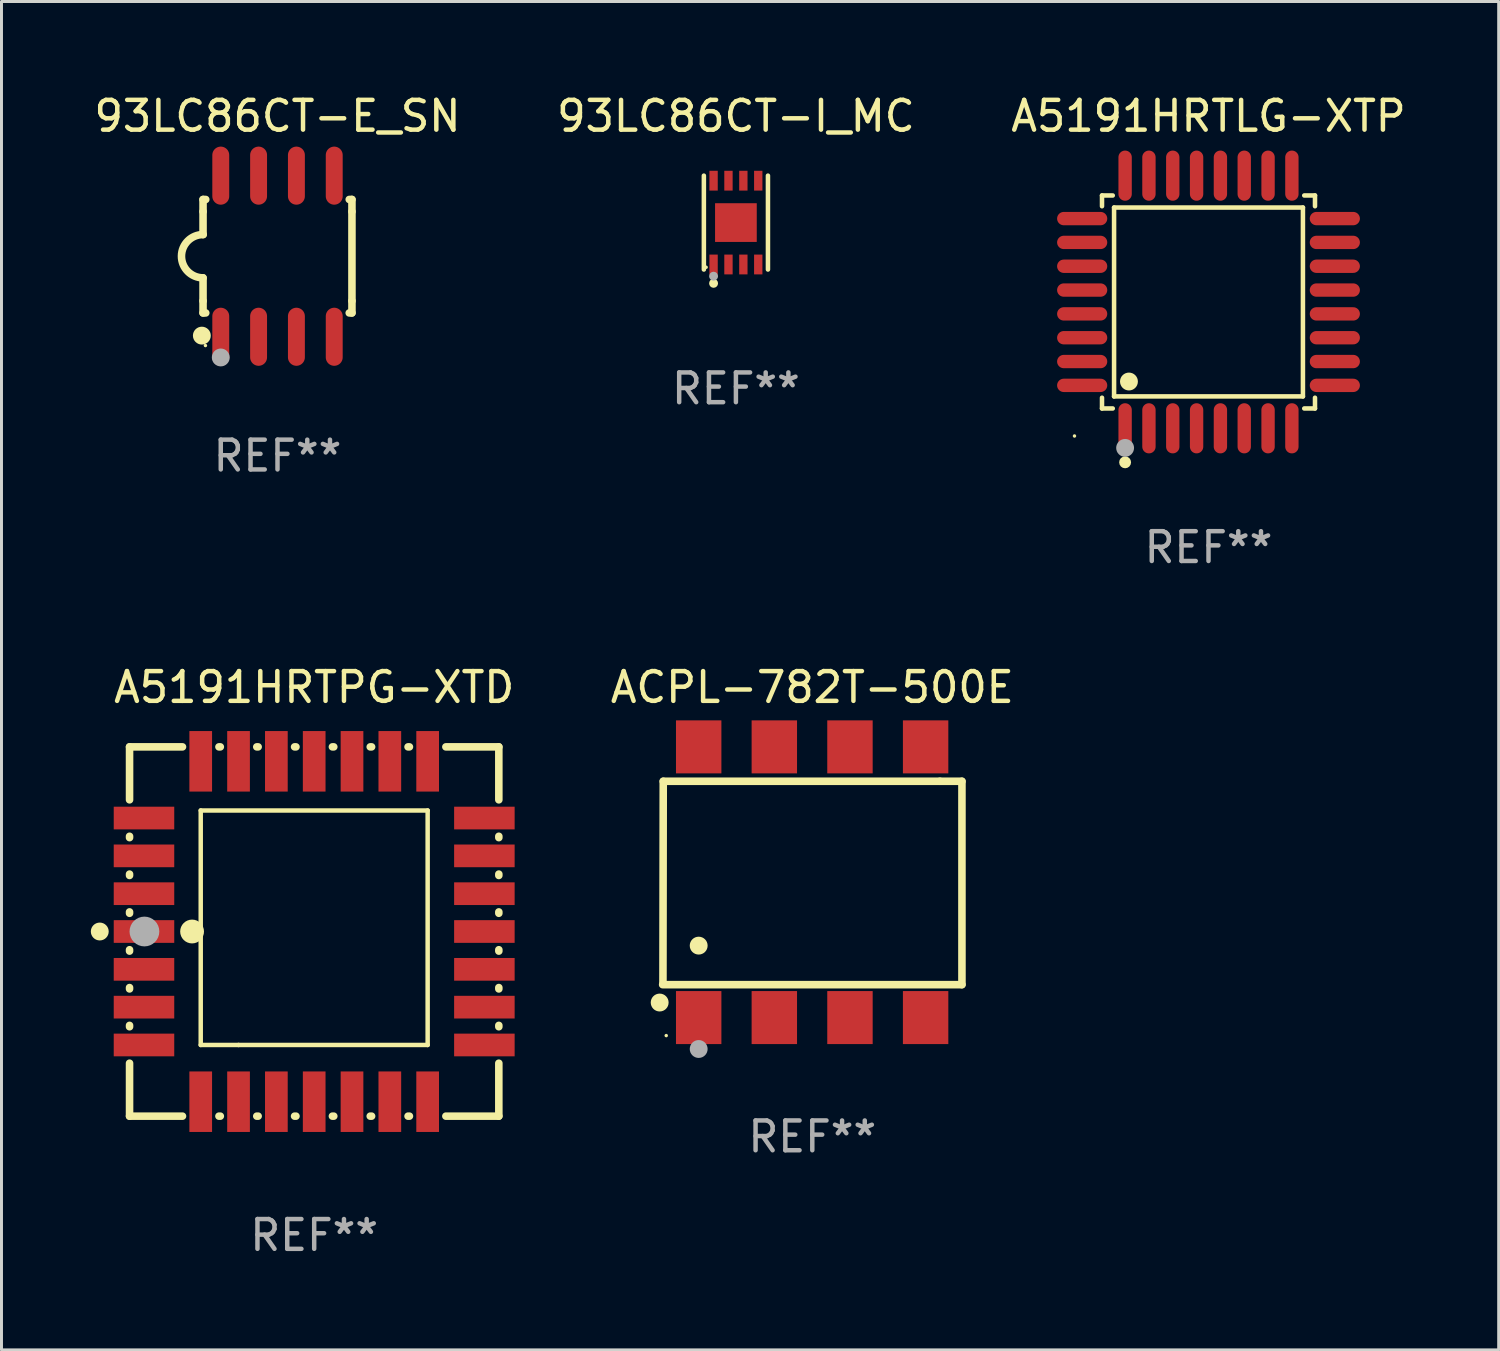
<source format=kicad_pcb>
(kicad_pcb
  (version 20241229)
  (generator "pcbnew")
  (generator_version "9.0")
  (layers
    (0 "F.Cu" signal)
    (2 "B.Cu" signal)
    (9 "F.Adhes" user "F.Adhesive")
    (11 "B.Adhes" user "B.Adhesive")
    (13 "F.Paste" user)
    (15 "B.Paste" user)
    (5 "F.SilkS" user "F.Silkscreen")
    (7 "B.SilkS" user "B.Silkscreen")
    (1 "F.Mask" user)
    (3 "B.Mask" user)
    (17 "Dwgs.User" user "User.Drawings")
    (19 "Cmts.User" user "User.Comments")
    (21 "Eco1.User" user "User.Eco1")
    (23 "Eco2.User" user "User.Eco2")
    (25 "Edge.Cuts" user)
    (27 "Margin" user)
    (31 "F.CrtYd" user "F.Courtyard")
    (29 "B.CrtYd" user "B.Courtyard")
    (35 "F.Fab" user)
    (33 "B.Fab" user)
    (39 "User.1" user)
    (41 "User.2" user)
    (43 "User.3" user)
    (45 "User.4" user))
  (footprint "93LC86CT-E_SN"
    (layer "F.Cu")
    (at 6.268 5.553)
    (property "Reference" "93LC86CT-E_SN" (at 0 -4.705 0) (layer "F.SilkS") (effects (font (size 1 1) (thickness 0.15))))
    (attr through_hole)
    (fp_line (start -2.5 -1.905) (end -2.409 -1.905) (stroke (width 0.254) (type solid)) (layer "F.SilkS"))
    (fp_line (start -2.5 -1.5) (end -2.5 -1.905) (stroke (width 0.254) (type solid)) (layer "F.SilkS"))
    (fp_line (start -2.5 -1.5) (end -2.5 -0.726) (stroke (width 0.254) (type solid)) (layer "F.SilkS"))
    (fp_line (start -2.5 1.5) (end -2.5 0.727) (stroke (width 0.254) (type solid)) (layer "F.SilkS"))
    (fp_line (start -2.5 1.5) (end -2.5 1.905) (stroke (width 0.254) (type solid)) (layer "F.SilkS"))
    (fp_line (start -2.5 1.905) (end -2.409 1.905) (stroke (width 0.254) (type solid)) (layer "F.SilkS"))
    (fp_line (start 2.5 -1.905) (end 2.409 -1.905) (stroke (width 0.254) (type solid)) (layer "F.SilkS"))
    (fp_line (start 2.5 -1.5) (end 2.5 -1.905) (stroke (width 0.254) (type solid)) (layer "F.SilkS"))
    (fp_line (start 2.5 -1.5) (end 2.5 1.5) (stroke (width 0.254) (type solid)) (layer "F.SilkS"))
    (fp_line (start 2.5 1.5) (end 2.5 1.905) (stroke (width 0.254) (type solid)) (layer "F.SilkS"))
    (fp_line (start 2.5 1.905) (end 2.409 1.905) (stroke (width 0.254) (type solid)) (layer "F.SilkS"))
    (fp_arc (start -2.5 0.726568) (mid -3.220316 -0.0023) (end -2.495097 -0.726289) (stroke (width 0.254001) (type solid)) (layer "F.SilkS"))
    (fp_circle (center -2.54 2.667) (end -2.39 2.667) (stroke (width 0.3) (type solid)) (fill no) (layer "F.SilkS"))
    (fp_circle (center -2.42 3) (end -2.39 3) (stroke (width 0.06) (type solid)) (fill no) (layer "F.SilkS"))
    (fp_circle (center -1.905 3.4) (end -1.755 3.4) (stroke (width 0.3) (type solid)) (fill no) (layer "F.Fab"))
    (fp_text user "REF**" (at 0 6.705 0) (layer "F.Fab") (effects (font (size 1 1) (thickness 0.15))))
    (pad "1" smd oval (at -1.905 2.705) (size 0.568 1.95) (layers "F.Cu" "F.Mask" "F.Paste"))
    (pad "2" smd oval (at -0.635 2.705) (size 0.568 1.95) (layers "F.Cu" "F.Mask" "F.Paste"))
    (pad "3" smd oval (at 0.635 2.705) (size 0.568 1.95) (layers "F.Cu" "F.Mask" "F.Paste"))
    (pad "4" smd oval (at 1.905 2.705) (size 0.568 1.95) (layers "F.Cu" "F.Mask" "F.Paste"))
    (pad "5" smd oval (at 1.905 -2.705) (size 0.568 1.95) (layers "F.Cu" "F.Mask" "F.Paste"))
    (pad "6" smd oval (at 0.635 -2.705) (size 0.568 1.95) (layers "F.Cu" "F.Mask" "F.Paste"))
    (pad "7" smd oval (at -0.635 -2.705) (size 0.568 1.95) (layers "F.Cu" "F.Mask" "F.Paste"))
    (pad "8" smd oval (at -1.905 -2.705) (size 0.568 1.95) (layers "F.Cu" "F.Mask" "F.Paste")))
  (footprint "A5191HRTLG-XTP"
    (layer "F.Cu")
    (at 37.53 7.09)
    (property "Reference" "A5191HRTLG-XTP" (at 0 -6.242 0) (layer "F.SilkS") (effects (font (size 1 1) (thickness 0.15))))
    (attr through_hole)
    (fp_line (start -3.576 -3.576) (end -3.215 -3.576) (stroke (width 0.152) (type solid)) (layer "F.SilkS"))
    (fp_line (start -3.576 -3.215) (end -3.576 -3.576) (stroke (width 0.152) (type solid)) (layer "F.SilkS"))
    (fp_line (start -3.576 3.215) (end -3.576 3.576) (stroke (width 0.152) (type solid)) (layer "F.SilkS"))
    (fp_line (start -3.576 3.576) (end -3.215 3.576) (stroke (width 0.152) (type solid)) (layer "F.SilkS"))
    (fp_line (start -3.171 -3.171) (end 3.171 -3.171) (stroke (width 0.152) (type solid)) (layer "F.SilkS"))
    (fp_line (start -3.171 3.171) (end -3.171 -3.171) (stroke (width 0.152) (type solid)) (layer "F.SilkS"))
    (fp_line (start 3.171 -3.171) (end 3.171 3.171) (stroke (width 0.152) (type solid)) (layer "F.SilkS"))
    (fp_line (start 3.171 3.171) (end -3.171 3.171) (stroke (width 0.152) (type solid)) (layer "F.SilkS"))
    (fp_line (start 3.576 -3.576) (end 3.215 -3.576) (stroke (width 0.152) (type solid)) (layer "F.SilkS"))
    (fp_line (start 3.576 -3.215) (end 3.576 -3.576) (stroke (width 0.152) (type solid)) (layer "F.SilkS"))
    (fp_line (start 3.576 3.215) (end 3.576 3.576) (stroke (width 0.152) (type solid)) (layer "F.SilkS"))
    (fp_line (start 3.576 3.576) (end 3.215 3.576) (stroke (width 0.152) (type solid)) (layer "F.SilkS"))
    (fp_circle (center -4.5 4.5) (end -4.47 4.5) (stroke (width 0.06) (type solid)) (fill no) (layer "F.SilkS"))
    (fp_circle (center -2.8 5.384) (end -2.7 5.384) (stroke (width 0.2) (type solid)) (fill no) (layer "F.SilkS"))
    (fp_circle (center -2.671 2.671) (end -2.521 2.671) (stroke (width 0.3) (type solid)) (fill no) (layer "F.SilkS"))
    (fp_circle (center -2.8 4.9) (end -2.65 4.9) (stroke (width 0.3) (type solid)) (fill no) (layer "F.Fab"))
    (fp_text user "REF**" (at 0 8.242 0) (layer "F.Fab") (effects (font (size 1 1) (thickness 0.15))))
    (pad "1" smd oval (at -2.8 4.242) (size 0.448 1.684) (layers "F.Cu" "F.Mask" "F.Paste"))
    (pad "2" smd oval (at -2 4.242) (size 0.448 1.684) (layers "F.Cu" "F.Mask" "F.Paste"))
    (pad "3" smd oval (at -1.2 4.242) (size 0.448 1.684) (layers "F.Cu" "F.Mask" "F.Paste"))
    (pad "4" smd oval (at -0.4 4.242) (size 0.448 1.684) (layers "F.Cu" "F.Mask" "F.Paste"))
    (pad "5" smd oval (at 0.4 4.242) (size 0.448 1.684) (layers "F.Cu" "F.Mask" "F.Paste"))
    (pad "6" smd oval (at 1.2 4.242) (size 0.448 1.684) (layers "F.Cu" "F.Mask" "F.Paste"))
    (pad "7" smd oval (at 2 4.242) (size 0.448 1.684) (layers "F.Cu" "F.Mask" "F.Paste"))
    (pad "8" smd oval (at 2.8 4.242) (size 0.448 1.684) (layers "F.Cu" "F.Mask" "F.Paste"))
    (pad "9" smd oval (at 4.242 2.8) (size 1.684 0.448) (layers "F.Cu" "F.Mask" "F.Paste"))
    (pad "10" smd oval (at 4.242 2) (size 1.684 0.448) (layers "F.Cu" "F.Mask" "F.Paste"))
    (pad "11" smd oval (at 4.242 1.2) (size 1.684 0.448) (layers "F.Cu" "F.Mask" "F.Paste"))
    (pad "12" smd oval (at 4.242 0.4) (size 1.684 0.448) (layers "F.Cu" "F.Mask" "F.Paste"))
    (pad "13" smd oval (at 4.242 -0.4) (size 1.684 0.448) (layers "F.Cu" "F.Mask" "F.Paste"))
    (pad "14" smd oval (at 4.242 -1.2) (size 1.684 0.448) (layers "F.Cu" "F.Mask" "F.Paste"))
    (pad "15" smd oval (at 4.242 -2) (size 1.684 0.448) (layers "F.Cu" "F.Mask" "F.Paste"))
    (pad "16" smd oval (at 4.242 -2.8) (size 1.684 0.448) (layers "F.Cu" "F.Mask" "F.Paste"))
    (pad "17" smd oval (at 2.8 -4.242) (size 0.448 1.684) (layers "F.Cu" "F.Mask" "F.Paste"))
    (pad "18" smd oval (at 2 -4.242) (size 0.448 1.684) (layers "F.Cu" "F.Mask" "F.Paste"))
    (pad "19" smd oval (at 1.2 -4.242) (size 0.448 1.684) (layers "F.Cu" "F.Mask" "F.Paste"))
    (pad "20" smd oval (at 0.4 -4.242) (size 0.448 1.684) (layers "F.Cu" "F.Mask" "F.Paste"))
    (pad "21" smd oval (at -0.4 -4.242) (size 0.448 1.684) (layers "F.Cu" "F.Mask" "F.Paste"))
    (pad "22" smd oval (at -1.2 -4.242) (size 0.448 1.684) (layers "F.Cu" "F.Mask" "F.Paste"))
    (pad "23" smd oval (at -2 -4.242) (size 0.448 1.684) (layers "F.Cu" "F.Mask" "F.Paste"))
    (pad "24" smd oval (at -2.8 -4.242) (size 0.448 1.684) (layers "F.Cu" "F.Mask" "F.Paste"))
    (pad "25" smd oval (at -4.242 -2.8) (size 1.684 0.448) (layers "F.Cu" "F.Mask" "F.Paste"))
    (pad "26" smd oval (at -4.242 -2) (size 1.684 0.448) (layers "F.Cu" "F.Mask" "F.Paste"))
    (pad "27" smd oval (at -4.242 -1.2) (size 1.684 0.448) (layers "F.Cu" "F.Mask" "F.Paste"))
    (pad "28" smd oval (at -4.242 -0.4) (size 1.684 0.448) (layers "F.Cu" "F.Mask" "F.Paste"))
    (pad "29" smd oval (at -4.242 0.4) (size 1.684 0.448) (layers "F.Cu" "F.Mask" "F.Paste"))
    (pad "30" smd oval (at -4.242 1.2) (size 1.684 0.448) (layers "F.Cu" "F.Mask" "F.Paste"))
    (pad "31" smd oval (at -4.242 2) (size 1.684 0.448) (layers "F.Cu" "F.Mask" "F.Paste"))
    (pad "32" smd oval (at -4.242 2.8) (size 1.684 0.448) (layers "F.Cu" "F.Mask" "F.Paste")))
  (footprint "93LC86CT-I_MC"
    (layer "F.Cu")
    (at 21.661 4.424)
    (property "Reference" "93LC86CT-I_MC" (at 0 -3.576 0) (layer "F.SilkS") (effects (font (size 1 1) (thickness 0.15))))
    (attr through_hole)
    (fp_line (start -1.076 1.576) (end -1.076 -1.576) (stroke (width 0.152) (type solid)) (layer "F.SilkS"))
    (fp_line (start 1.076 1.576) (end 1.076 -1.576) (stroke (width 0.152) (type solid)) (layer "F.SilkS"))
    (fp_circle (center -1 1.5) (end -0.97 1.5) (stroke (width 0.06) (type solid)) (fill no) (layer "F.SilkS"))
    (fp_circle (center -0.75 2.04) (end -0.675 2.04) (stroke (width 0.15) (type solid)) (fill no) (layer "F.SilkS"))
    (fp_circle (center -0.75 1.8) (end -0.675 1.8) (stroke (width 0.15) (type solid)) (fill no) (layer "F.Fab"))
    (fp_text user "REF**" (at 0 5.576 0) (layer "F.Fab") (effects (font (size 1 1) (thickness 0.15))))
    (pad "1" smd rect (at -0.75 1.407) (size 0.28 0.665) (layers "F.Cu" "F.Mask" "F.Paste"))
    (pad "2" smd rect (at -0.25 1.407) (size 0.28 0.665) (layers "F.Cu" "F.Mask" "F.Paste"))
    (pad "3" smd rect (at 0.25 1.407) (size 0.28 0.665) (layers "F.Cu" "F.Mask" "F.Paste"))
    (pad "4" smd rect (at 0.75 1.407) (size 0.28 0.665) (layers "F.Cu" "F.Mask" "F.Paste"))
    (pad "5" smd rect (at 0.75 -1.407) (size 0.28 0.665) (layers "F.Cu" "F.Mask" "F.Paste"))
    (pad "6" smd rect (at 0.25 -1.407) (size 0.28 0.665) (layers "F.Cu" "F.Mask" "F.Paste"))
    (pad "7" smd rect (at -0.25 -1.407) (size 0.28 0.665) (layers "F.Cu" "F.Mask" "F.Paste"))
    (pad "8" smd rect (at -0.75 -1.407) (size 0.28 0.665) (layers "F.Cu" "F.Mask" "F.Paste"))
    (pad "9" smd rect (at 0 0) (size 1.4 1.3) (layers "F.Cu" "F.Mask" "F.Paste")))
  (footprint "A5191HRTPG-XTD"
    (layer "F.Cu")
    (at 7.5 28.229)
    (property "Reference" "A5191HRTPG-XTD" (at 0 -8.2 0) (layer "F.SilkS") (effects (font (size 1 1) (thickness 0.15))))
    (attr through_hole)
    (fp_line (start -6.2 -6.2) (end -4.422 -6.2) (stroke (width 0.254) (type solid)) (layer "F.SilkS"))
    (fp_line (start -6.2 -4.422) (end -6.2 -6.2) (stroke (width 0.254) (type solid)) (layer "F.SilkS"))
    (fp_line (start -6.2 -3.152) (end -6.2 -3.198) (stroke (width 0.254) (type solid)) (layer "F.SilkS"))
    (fp_line (start -6.2 -1.882) (end -6.2 -1.928) (stroke (width 0.254) (type solid)) (layer "F.SilkS"))
    (fp_line (start -6.2 -0.612) (end -6.2 -0.658) (stroke (width 0.254) (type solid)) (layer "F.SilkS"))
    (fp_line (start -6.2 0.658) (end -6.2 0.612) (stroke (width 0.254) (type solid)) (layer "F.SilkS"))
    (fp_line (start -6.2 1.928) (end -6.2 1.882) (stroke (width 0.254) (type solid)) (layer "F.SilkS"))
    (fp_line (start -6.2 3.198) (end -6.2 3.152) (stroke (width 0.254) (type solid)) (layer "F.SilkS"))
    (fp_line (start -6.2 6.2) (end -6.2 4.422) (stroke (width 0.254) (type solid)) (layer "F.SilkS"))
    (fp_line (start -4.422 6.2) (end -6.2 6.2) (stroke (width 0.254) (type solid)) (layer "F.SilkS"))
    (fp_line (start -3.81 -4.064) (end 3.81 -4.064) (stroke (width 0.15) (type solid)) (layer "F.SilkS"))
    (fp_line (start -3.81 3.81) (end -3.81 -4.064) (stroke (width 0.15) (type solid)) (layer "F.SilkS"))
    (fp_line (start -3.198 -6.2) (end -3.152 -6.2) (stroke (width 0.254) (type solid)) (layer "F.SilkS"))
    (fp_line (start -3.152 6.2) (end -3.198 6.2) (stroke (width 0.254) (type solid)) (layer "F.SilkS"))
    (fp_line (start -2.54 3.81) (end -3.81 3.81) (stroke (width 0.15) (type solid)) (layer "F.SilkS"))
    (fp_line (start -1.928 -6.2) (end -1.882 -6.2) (stroke (width 0.254) (type solid)) (layer "F.SilkS"))
    (fp_line (start -1.882 6.2) (end -1.928 6.2) (stroke (width 0.254) (type solid)) (layer "F.SilkS"))
    (fp_line (start -0.658 -6.2) (end -0.612 -6.2) (stroke (width 0.254) (type solid)) (layer "F.SilkS"))
    (fp_line (start -0.612 6.2) (end -0.658 6.2) (stroke (width 0.254) (type solid)) (layer "F.SilkS"))
    (fp_line (start 0.612 -6.2) (end 0.658 -6.2) (stroke (width 0.254) (type solid)) (layer "F.SilkS"))
    (fp_line (start 0.658 6.2) (end 0.612 6.2) (stroke (width 0.254) (type solid)) (layer "F.SilkS"))
    (fp_line (start 1.882 -6.2) (end 1.928 -6.2) (stroke (width 0.254) (type solid)) (layer "F.SilkS"))
    (fp_line (start 1.928 6.2) (end 1.882 6.2) (stroke (width 0.254) (type solid)) (layer "F.SilkS"))
    (fp_line (start 3.152 -6.2) (end 3.198 -6.2) (stroke (width 0.254) (type solid)) (layer "F.SilkS"))
    (fp_line (start 3.198 6.2) (end 3.152 6.2) (stroke (width 0.254) (type solid)) (layer "F.SilkS"))
    (fp_line (start 3.81 -4.064) (end 3.81 3.81) (stroke (width 0.15) (type solid)) (layer "F.SilkS"))
    (fp_line (start 3.81 3.81) (end -2.54 3.81) (stroke (width 0.15) (type solid)) (layer "F.SilkS"))
    (fp_line (start 4.422 -6.2) (end 6.2 -6.2) (stroke (width 0.254) (type solid)) (layer "F.SilkS"))
    (fp_line (start 6.2 -6.2) (end 6.2 -4.422) (stroke (width 0.254) (type solid)) (layer "F.SilkS"))
    (fp_line (start 6.2 -3.198) (end 6.2 -3.152) (stroke (width 0.254) (type solid)) (layer "F.SilkS"))
    (fp_line (start 6.2 -1.928) (end 6.2 -1.882) (stroke (width 0.254) (type solid)) (layer "F.SilkS"))
    (fp_line (start 6.2 -0.658) (end 6.2 -0.612) (stroke (width 0.254) (type solid)) (layer "F.SilkS"))
    (fp_line (start 6.2 0.612) (end 6.2 0.658) (stroke (width 0.254) (type solid)) (layer "F.SilkS"))
    (fp_line (start 6.2 1.882) (end 6.2 1.928) (stroke (width 0.254) (type solid)) (layer "F.SilkS"))
    (fp_line (start 6.2 3.152) (end 6.2 3.198) (stroke (width 0.254) (type solid)) (layer "F.SilkS"))
    (fp_line (start 6.2 4.422) (end 6.2 6.2) (stroke (width 0.254) (type solid)) (layer "F.SilkS"))
    (fp_line (start 6.2 6.2) (end 4.422 6.2) (stroke (width 0.254) (type solid)) (layer "F.SilkS"))
    (fp_circle (center -7.2 0) (end -7.05 0) (stroke (width 0.3) (type solid)) (fill no) (layer "F.SilkS"))
    (fp_circle (center -6.223 6.223) (end -6.193 6.223) (stroke (width 0.06) (type solid)) (fill no) (layer "F.SilkS"))
    (fp_circle (center -4.1 0) (end -3.9 0) (stroke (width 0.4) (type solid)) (fill no) (layer "F.SilkS"))
    (fp_circle (center -5.7 0) (end -5.45 0) (stroke (width 0.5) (type solid)) (fill no) (layer "F.Fab"))
    (fp_text user "REF**" (at 0 10.2 0) (layer "F.Fab") (effects (font (size 1 1) (thickness 0.15))))
    (pad "1" smd rect (at -5.715 0) (size 2.032 0.762) (layers "F.Cu" "F.Mask" "F.Paste"))
    (pad "2" smd rect (at -5.715 1.27) (size 2.032 0.762) (layers "F.Cu" "F.Mask" "F.Paste"))
    (pad "3" smd rect (at -5.715 2.54) (size 2.032 0.762) (layers "F.Cu" "F.Mask" "F.Paste"))
    (pad "4" smd rect (at -5.715 3.81) (size 2.032 0.762) (layers "F.Cu" "F.Mask" "F.Paste"))
    (pad "5" smd rect (at -3.81 5.715) (size 0.762 2.032) (layers "F.Cu" "F.Mask" "F.Paste"))
    (pad "6" smd rect (at -2.54 5.715) (size 0.762 2.032) (layers "F.Cu" "F.Mask" "F.Paste"))
    (pad "7" smd rect (at -1.27 5.715) (size 0.762 2.032) (layers "F.Cu" "F.Mask" "F.Paste"))
    (pad "8" smd rect (at 0 5.715) (size 0.762 2.032) (layers "F.Cu" "F.Mask" "F.Paste"))
    (pad "9" smd rect (at 1.27 5.715) (size 0.762 2.032) (layers "F.Cu" "F.Mask" "F.Paste"))
    (pad "10" smd rect (at 2.54 5.715) (size 0.762 2.032) (layers "F.Cu" "F.Mask" "F.Paste"))
    (pad "11" smd rect (at 3.81 5.715) (size 0.762 2.032) (layers "F.Cu" "F.Mask" "F.Paste"))
    (pad "12" smd rect (at 5.715 3.81) (size 2.032 0.762) (layers "F.Cu" "F.Mask" "F.Paste"))
    (pad "13" smd rect (at 5.715 2.54) (size 2.032 0.762) (layers "F.Cu" "F.Mask" "F.Paste"))
    (pad "14" smd rect (at 5.715 1.27) (size 2.032 0.762) (layers "F.Cu" "F.Mask" "F.Paste"))
    (pad "15" smd rect (at 5.715 0) (size 2.032 0.762) (layers "F.Cu" "F.Mask" "F.Paste"))
    (pad "16" smd rect (at 5.715 -1.27) (size 2.032 0.762) (layers "F.Cu" "F.Mask" "F.Paste"))
    (pad "17" smd rect (at 5.715 -2.54) (size 2.032 0.762) (layers "F.Cu" "F.Mask" "F.Paste"))
    (pad "18" smd rect (at 5.715 -3.81) (size 2.032 0.762) (layers "F.Cu" "F.Mask" "F.Paste"))
    (pad "19" smd rect (at 3.81 -5.715) (size 0.762 2.032) (layers "F.Cu" "F.Mask" "F.Paste"))
    (pad "20" smd rect (at 2.54 -5.715) (size 0.762 2.032) (layers "F.Cu" "F.Mask" "F.Paste"))
    (pad "21" smd rect (at 1.27 -5.715) (size 0.762 2.032) (layers "F.Cu" "F.Mask" "F.Paste"))
    (pad "22" smd rect (at 0 -5.715) (size 0.762 2.032) (layers "F.Cu" "F.Mask" "F.Paste"))
    (pad "23" smd rect (at -1.27 -5.715) (size 0.762 2.032) (layers "F.Cu" "F.Mask" "F.Paste"))
    (pad "24" smd rect (at -2.54 -5.715) (size 0.762 2.032) (layers "F.Cu" "F.Mask" "F.Paste"))
    (pad "25" smd rect (at -3.81 -5.715) (size 0.762 2.032) (layers "F.Cu" "F.Mask" "F.Paste"))
    (pad "26" smd rect (at -5.715 -3.81) (size 2.032 0.762) (layers "F.Cu" "F.Mask" "F.Paste"))
    (pad "27" smd rect (at -5.715 -2.54) (size 2.032 0.762) (layers "F.Cu" "F.Mask" "F.Paste"))
    (pad "28" smd rect (at -5.715 -1.27) (size 2.032 0.762) (layers "F.Cu" "F.Mask" "F.Paste")))
  (footprint "ACPL-782T-500E"
    (layer "F.Cu")
    (at 24.226 26.574)
    (property "Reference" "ACPL-782T-500E" (at 0 -6.545 0) (layer "F.SilkS") (effects (font (size 1 1) (thickness 0.15))))
    (attr through_hole)
    (fp_line (start -5.005 -3.39) (end -5.015 3.42) (stroke (width 0.254) (type solid)) (layer "F.SilkS"))
    (fp_line (start 4.285 -3.39) (end -5.005 -3.39) (stroke (width 0.254) (type solid)) (layer "F.SilkS"))
    (fp_line (start 4.285 -3.39) (end 5.025 -3.39) (stroke (width 0.254) (type solid)) (layer "F.SilkS"))
    (fp_line (start 5.025 -3.39) (end 5.025 3.44) (stroke (width 0.254) (type solid)) (layer "F.SilkS"))
    (fp_line (start 5.025 3.44) (end -5.025 3.44) (stroke (width 0.254) (type solid)) (layer "F.SilkS"))
    (fp_circle (center -5.125 4.04) (end -4.975 4.04) (stroke (width 0.3) (type solid)) (fill no) (layer "F.SilkS"))
    (fp_circle (center -4.905 5.15) (end -4.875 5.15) (stroke (width 0.06) (type solid)) (fill no) (layer "F.SilkS"))
    (fp_circle (center -3.815 2.129) (end -3.665 2.129) (stroke (width 0.3) (type solid)) (fill no) (layer "F.SilkS"))
    (fp_circle (center -3.815 5.6) (end -3.665 5.6) (stroke (width 0.3) (type solid)) (fill no) (layer "F.Fab"))
    (fp_text user "REF**" (at 0 8.545 0) (layer "F.Fab") (effects (font (size 1 1) (thickness 0.15))))
    (pad "1" smd rect (at -3.815 4.545) (size 1.525 1.78) (layers "F.Cu" "F.Mask" "F.Paste"))
    (pad "2" smd rect (at -1.275 4.545) (size 1.525 1.78) (layers "F.Cu" "F.Mask" "F.Paste"))
    (pad "3" smd rect (at 1.265 4.545) (size 1.525 1.78) (layers "F.Cu" "F.Mask" "F.Paste"))
    (pad "4" smd rect (at 3.805 4.545) (size 1.525 1.78) (layers "F.Cu" "F.Mask" "F.Paste"))
    (pad "5" smd rect (at 3.805 -4.545) (size 1.525 1.78) (layers "F.Cu" "F.Mask" "F.Paste"))
    (pad "6" smd rect (at 1.265 -4.545) (size 1.525 1.78) (layers "F.Cu" "F.Mask" "F.Paste"))
    (pad "7" smd rect (at -1.275 -4.545) (size 1.525 1.78) (layers "F.Cu" "F.Mask" "F.Paste"))
    (pad "8" smd rect (at -3.815 -4.545) (size 1.525 1.78) (layers "F.Cu" "F.Mask" "F.Paste")))
  (gr_rect
    (start -3 -3)
    (end 47.274 42.277)
    (stroke (width 0.1) (type default))
    (fill no)
    (layer "Edge.Cuts")))
</source>
